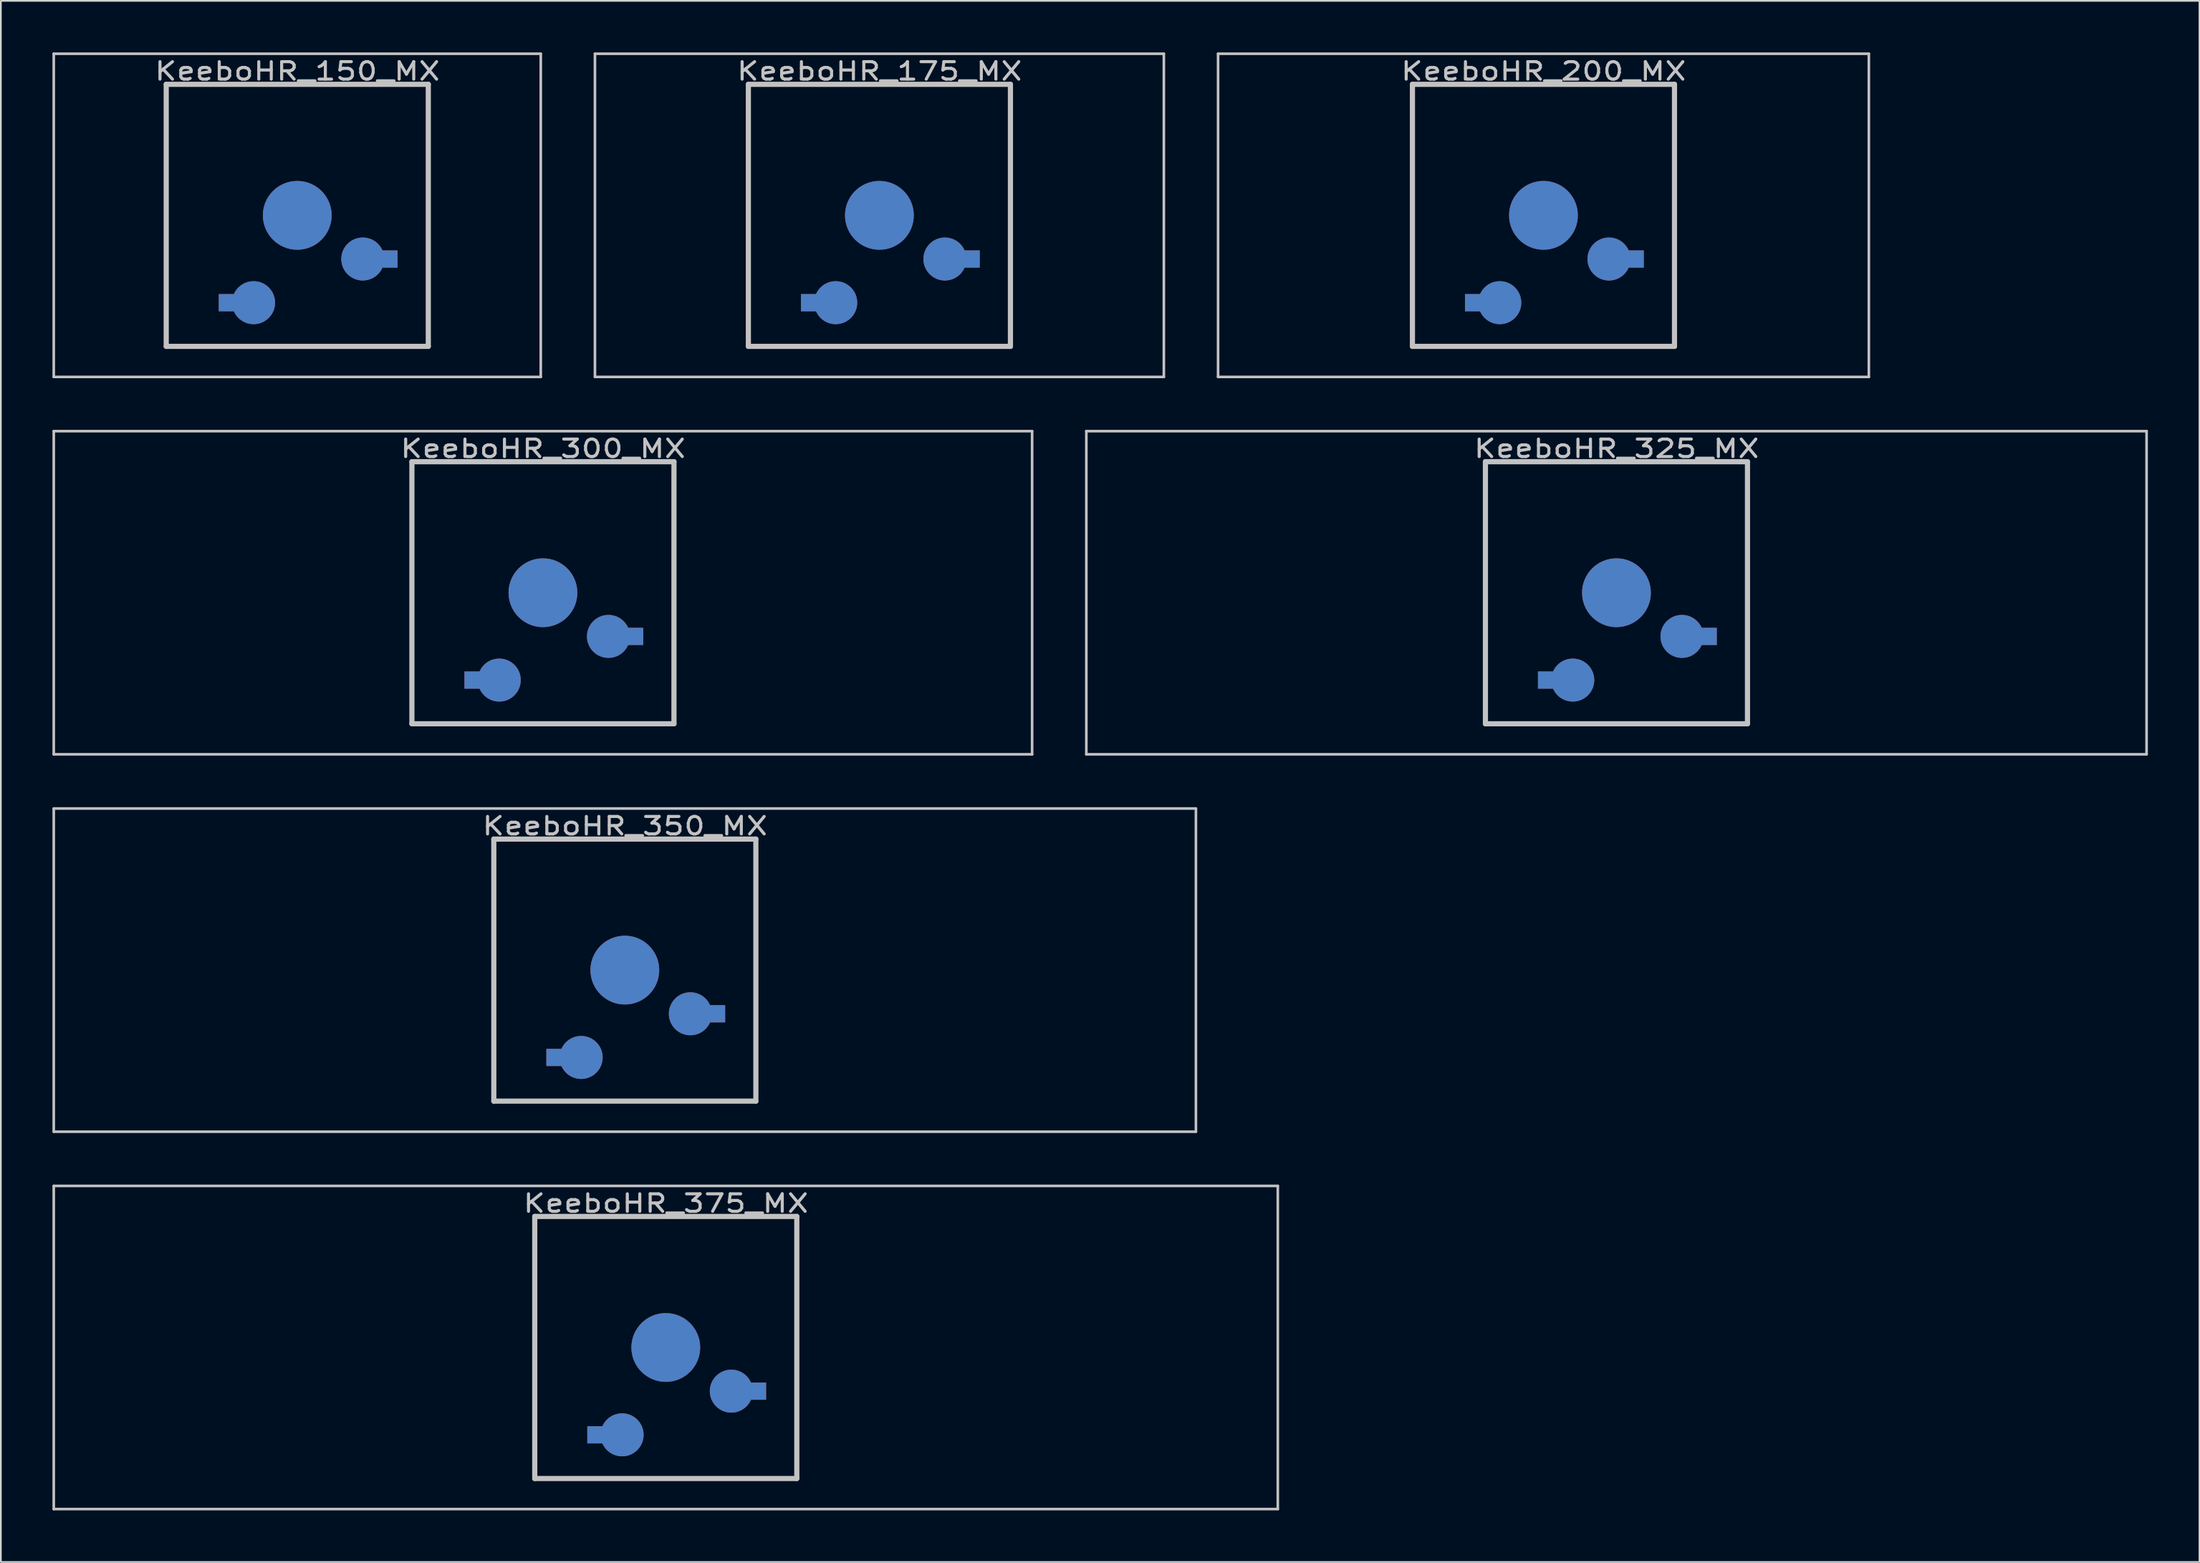
<source format=kicad_pcb>
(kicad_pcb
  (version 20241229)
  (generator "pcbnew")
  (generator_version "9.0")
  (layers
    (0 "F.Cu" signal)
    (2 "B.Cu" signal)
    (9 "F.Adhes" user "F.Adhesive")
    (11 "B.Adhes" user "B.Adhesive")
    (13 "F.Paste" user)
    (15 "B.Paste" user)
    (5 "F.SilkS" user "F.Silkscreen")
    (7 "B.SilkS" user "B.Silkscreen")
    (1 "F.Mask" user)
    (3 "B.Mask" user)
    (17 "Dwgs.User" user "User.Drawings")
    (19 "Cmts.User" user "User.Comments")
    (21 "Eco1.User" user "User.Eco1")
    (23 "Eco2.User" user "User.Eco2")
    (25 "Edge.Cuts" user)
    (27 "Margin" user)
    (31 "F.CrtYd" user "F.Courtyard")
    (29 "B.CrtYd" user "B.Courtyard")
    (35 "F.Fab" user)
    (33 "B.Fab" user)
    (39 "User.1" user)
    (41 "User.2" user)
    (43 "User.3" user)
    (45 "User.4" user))
  (footprint "KeeboHR_375_MX"
    (layer "F.Cu")
    (at 35.668 75.319)
    (property "Reference" "KeeboHR_375_MX" (at 0 -8.382 0) (layer "Dwgs.User") (effects (font (size 1.016 1.27) (thickness 0.178))))
    (attr through_hole)
    (fp_line (start -35.592 -9.398) (end 35.592 -9.398) (stroke (width 0.152) (type solid)) (layer "Dwgs.User"))
    (fp_line (start -35.592 9.398) (end -35.592 -9.398) (stroke (width 0.152) (type solid)) (layer "Dwgs.User"))
    (fp_line (start -7.62 -7.62) (end 7.62 -7.62) (stroke (width 0.3) (type solid)) (layer "Dwgs.User"))
    (fp_line (start -7.62 7.62) (end -7.62 -7.62) (stroke (width 0.3) (type solid)) (layer "Dwgs.User"))
    (fp_line (start 7.62 -7.62) (end 7.62 7.62) (stroke (width 0.3) (type solid)) (layer "Dwgs.User"))
    (fp_line (start 7.62 7.62) (end -7.62 7.62) (stroke (width 0.3) (type solid)) (layer "Dwgs.User"))
    (fp_line (start 35.592 -9.398) (end 35.592 9.398) (stroke (width 0.152) (type solid)) (layer "Dwgs.User"))
    (fp_line (start 35.592 9.398) (end -35.592 9.398) (stroke (width 0.152) (type solid)) (layer "Dwgs.User"))
    (pad "" smd circle (at 0 0) (size 4 4) (layers "*.Cu" "*.Mask"))
    (pad "1" smd circle (at 3.81 2.54) (size 2.5 2.5) (layers "*.Cu" "*.Mask"))
    (pad "1" smd rect (at 5.334 2.54) (size 1 1) (layers "*.Cu" "*.Mask"))
    (pad "2" smd rect (at -4.064 5.08) (size 1 1) (layers "*.Cu" "*.Mask"))
    (pad "2" smd circle (at -2.54 5.08) (size 2.5 2.5) (layers "*.Cu" "*.Mask")))
  (footprint "KeeboHR_150_MX"
    (layer "F.Cu")
    (at 14.237 9.474)
    (property "Reference" "KeeboHR_150_MX" (at 0 -8.382 0) (layer "Dwgs.User") (effects (font (size 1.016 1.27) (thickness 0.178))))
    (attr through_hole)
    (fp_line (start -14.161 -9.398) (end 14.161 -9.398) (stroke (width 0.152) (type solid)) (layer "Dwgs.User"))
    (fp_line (start -14.161 9.398) (end -14.161 -9.398) (stroke (width 0.152) (type solid)) (layer "Dwgs.User"))
    (fp_line (start -7.62 -7.62) (end 7.62 -7.62) (stroke (width 0.3) (type solid)) (layer "Dwgs.User"))
    (fp_line (start -7.62 7.62) (end -7.62 -7.62) (stroke (width 0.3) (type solid)) (layer "Dwgs.User"))
    (fp_line (start 7.62 -7.62) (end 7.62 7.62) (stroke (width 0.3) (type solid)) (layer "Dwgs.User"))
    (fp_line (start 7.62 7.62) (end -7.62 7.62) (stroke (width 0.3) (type solid)) (layer "Dwgs.User"))
    (fp_line (start 14.161 -9.398) (end 14.161 9.398) (stroke (width 0.152) (type solid)) (layer "Dwgs.User"))
    (fp_line (start 14.161 9.398) (end -14.161 9.398) (stroke (width 0.152) (type solid)) (layer "Dwgs.User"))
    (pad "" smd circle (at 0 0) (size 4 4) (layers "*.Cu" "*.Mask"))
    (pad "1" smd circle (at 3.81 2.54) (size 2.5 2.5) (layers "*.Cu" "*.Mask"))
    (pad "1" smd rect (at 5.334 2.54) (size 1 1) (layers "*.Cu" "*.Mask"))
    (pad "2" smd rect (at -4.064 5.08) (size 1 1) (layers "*.Cu" "*.Mask"))
    (pad "2" smd circle (at -2.54 5.08) (size 2.5 2.5) (layers "*.Cu" "*.Mask")))
  (footprint "KeeboHR_300_MX"
    (layer "F.Cu")
    (at 28.524 31.423)
    (property "Reference" "KeeboHR_300_MX" (at 0 -8.382 0) (layer "Dwgs.User") (effects (font (size 1.016 1.27) (thickness 0.178))))
    (attr through_hole)
    (fp_line (start -28.448 -9.398) (end 28.448 -9.398) (stroke (width 0.152) (type solid)) (layer "Dwgs.User"))
    (fp_line (start -28.448 9.398) (end -28.448 -9.398) (stroke (width 0.152) (type solid)) (layer "Dwgs.User"))
    (fp_line (start -7.62 -7.62) (end 7.62 -7.62) (stroke (width 0.3) (type solid)) (layer "Dwgs.User"))
    (fp_line (start -7.62 7.62) (end -7.62 -7.62) (stroke (width 0.3) (type solid)) (layer "Dwgs.User"))
    (fp_line (start 7.62 -7.62) (end 7.62 7.62) (stroke (width 0.3) (type solid)) (layer "Dwgs.User"))
    (fp_line (start 7.62 7.62) (end -7.62 7.62) (stroke (width 0.3) (type solid)) (layer "Dwgs.User"))
    (fp_line (start 28.448 -9.398) (end 28.448 9.398) (stroke (width 0.152) (type solid)) (layer "Dwgs.User"))
    (fp_line (start 28.448 9.398) (end -28.448 9.398) (stroke (width 0.152) (type solid)) (layer "Dwgs.User"))
    (pad "" smd circle (at 0 0) (size 4 4) (layers "*.Cu" "*.Mask"))
    (pad "1" smd circle (at 3.81 2.54) (size 2.5 2.5) (layers "*.Cu" "*.Mask"))
    (pad "1" smd rect (at 5.334 2.54) (size 1 1) (layers "*.Cu" "*.Mask"))
    (pad "2" smd rect (at -4.064 5.08) (size 1 1) (layers "*.Cu" "*.Mask"))
    (pad "2" smd circle (at -2.54 5.08) (size 2.5 2.5) (layers "*.Cu" "*.Mask")))
  (footprint "KeeboHR_175_MX"
    (layer "F.Cu")
    (at 48.091 9.474)
    (property "Reference" "KeeboHR_175_MX" (at 0 -8.382 0) (layer "Dwgs.User") (effects (font (size 1.016 1.27) (thickness 0.178))))
    (attr through_hole)
    (fp_line (start -16.542 -9.398) (end 16.542 -9.398) (stroke (width 0.152) (type solid)) (layer "Dwgs.User"))
    (fp_line (start -16.542 9.398) (end -16.542 -9.398) (stroke (width 0.152) (type solid)) (layer "Dwgs.User"))
    (fp_line (start -7.62 -7.62) (end 7.62 -7.62) (stroke (width 0.3) (type solid)) (layer "Dwgs.User"))
    (fp_line (start -7.62 7.62) (end -7.62 -7.62) (stroke (width 0.3) (type solid)) (layer "Dwgs.User"))
    (fp_line (start 7.62 -7.62) (end 7.62 7.62) (stroke (width 0.3) (type solid)) (layer "Dwgs.User"))
    (fp_line (start 7.62 7.62) (end -7.62 7.62) (stroke (width 0.3) (type solid)) (layer "Dwgs.User"))
    (fp_line (start 16.542 -9.398) (end 16.542 9.398) (stroke (width 0.152) (type solid)) (layer "Dwgs.User"))
    (fp_line (start 16.542 9.398) (end -16.542 9.398) (stroke (width 0.152) (type solid)) (layer "Dwgs.User"))
    (pad "" smd circle (at 0 0) (size 4 4) (layers "*.Cu" "*.Mask"))
    (pad "1" smd circle (at 3.81 2.54) (size 2.5 2.5) (layers "*.Cu" "*.Mask"))
    (pad "1" smd rect (at 5.334 2.54) (size 1 1) (layers "*.Cu" "*.Mask"))
    (pad "2" smd rect (at -4.064 5.08) (size 1 1) (layers "*.Cu" "*.Mask"))
    (pad "2" smd circle (at -2.54 5.08) (size 2.5 2.5) (layers "*.Cu" "*.Mask")))
  (footprint "KeeboHR_325_MX"
    (layer "F.Cu")
    (at 90.954 31.423)
    (property "Reference" "KeeboHR_325_MX" (at 0 -8.382 0) (layer "Dwgs.User") (effects (font (size 1.016 1.27) (thickness 0.178))))
    (attr through_hole)
    (fp_line (start -30.829 -9.398) (end 30.829 -9.398) (stroke (width 0.152) (type solid)) (layer "Dwgs.User"))
    (fp_line (start -30.829 9.398) (end -30.829 -9.398) (stroke (width 0.152) (type solid)) (layer "Dwgs.User"))
    (fp_line (start -7.62 -7.62) (end 7.62 -7.62) (stroke (width 0.3) (type solid)) (layer "Dwgs.User"))
    (fp_line (start -7.62 7.62) (end -7.62 -7.62) (stroke (width 0.3) (type solid)) (layer "Dwgs.User"))
    (fp_line (start 7.62 -7.62) (end 7.62 7.62) (stroke (width 0.3) (type solid)) (layer "Dwgs.User"))
    (fp_line (start 7.62 7.62) (end -7.62 7.62) (stroke (width 0.3) (type solid)) (layer "Dwgs.User"))
    (fp_line (start 30.829 -9.398) (end 30.829 9.398) (stroke (width 0.152) (type solid)) (layer "Dwgs.User"))
    (fp_line (start 30.829 9.398) (end -30.829 9.398) (stroke (width 0.152) (type solid)) (layer "Dwgs.User"))
    (pad "" smd circle (at 0 0) (size 4 4) (layers "*.Cu" "*.Mask"))
    (pad "1" smd circle (at 3.81 2.54) (size 2.5 2.5) (layers "*.Cu" "*.Mask"))
    (pad "1" smd rect (at 5.334 2.54) (size 1 1) (layers "*.Cu" "*.Mask"))
    (pad "2" smd rect (at -4.064 5.08) (size 1 1) (layers "*.Cu" "*.Mask"))
    (pad "2" smd circle (at -2.54 5.08) (size 2.5 2.5) (layers "*.Cu" "*.Mask")))
  (footprint "KeeboHR_350_MX"
    (layer "F.Cu")
    (at 33.287 53.371)
    (property "Reference" "KeeboHR_350_MX" (at 0 -8.382 0) (layer "Dwgs.User") (effects (font (size 1.016 1.27) (thickness 0.178))))
    (attr through_hole)
    (fp_line (start -33.211 -9.398) (end 33.211 -9.398) (stroke (width 0.152) (type solid)) (layer "Dwgs.User"))
    (fp_line (start -33.211 9.398) (end -33.211 -9.398) (stroke (width 0.152) (type solid)) (layer "Dwgs.User"))
    (fp_line (start -7.62 -7.62) (end 7.62 -7.62) (stroke (width 0.3) (type solid)) (layer "Dwgs.User"))
    (fp_line (start -7.62 7.62) (end -7.62 -7.62) (stroke (width 0.3) (type solid)) (layer "Dwgs.User"))
    (fp_line (start 7.62 -7.62) (end 7.62 7.62) (stroke (width 0.3) (type solid)) (layer "Dwgs.User"))
    (fp_line (start 7.62 7.62) (end -7.62 7.62) (stroke (width 0.3) (type solid)) (layer "Dwgs.User"))
    (fp_line (start 33.211 -9.398) (end 33.211 9.398) (stroke (width 0.152) (type solid)) (layer "Dwgs.User"))
    (fp_line (start 33.211 9.398) (end -33.211 9.398) (stroke (width 0.152) (type solid)) (layer "Dwgs.User"))
    (pad "" smd circle (at 0 0) (size 4 4) (layers "*.Cu" "*.Mask"))
    (pad "1" smd circle (at 3.81 2.54) (size 2.5 2.5) (layers "*.Cu" "*.Mask"))
    (pad "1" smd rect (at 5.334 2.54) (size 1 1) (layers "*.Cu" "*.Mask"))
    (pad "2" smd rect (at -4.064 5.08) (size 1 1) (layers "*.Cu" "*.Mask"))
    (pad "2" smd circle (at -2.54 5.08) (size 2.5 2.5) (layers "*.Cu" "*.Mask")))
  (footprint "KeeboHR_200_MX"
    (layer "F.Cu")
    (at 86.709 9.474)
    (property "Reference" "KeeboHR_200_MX" (at 0 -8.382 0) (layer "Dwgs.User") (effects (font (size 1.016 1.27) (thickness 0.178))))
    (attr through_hole)
    (fp_line (start -18.923 -9.398) (end 18.923 -9.398) (stroke (width 0.152) (type solid)) (layer "Dwgs.User"))
    (fp_line (start -18.923 9.398) (end -18.923 -9.398) (stroke (width 0.152) (type solid)) (layer "Dwgs.User"))
    (fp_line (start -7.62 -7.62) (end 7.62 -7.62) (stroke (width 0.3) (type solid)) (layer "Dwgs.User"))
    (fp_line (start -7.62 7.62) (end -7.62 -7.62) (stroke (width 0.3) (type solid)) (layer "Dwgs.User"))
    (fp_line (start 7.62 -7.62) (end 7.62 7.62) (stroke (width 0.3) (type solid)) (layer "Dwgs.User"))
    (fp_line (start 7.62 7.62) (end -7.62 7.62) (stroke (width 0.3) (type solid)) (layer "Dwgs.User"))
    (fp_line (start 18.923 -9.398) (end 18.923 9.398) (stroke (width 0.152) (type solid)) (layer "Dwgs.User"))
    (fp_line (start 18.923 9.398) (end -18.923 9.398) (stroke (width 0.152) (type solid)) (layer "Dwgs.User"))
    (pad "" smd circle (at 0 0) (size 4 4) (layers "*.Cu" "*.Mask"))
    (pad "1" smd circle (at 3.81 2.54) (size 2.5 2.5) (layers "*.Cu" "*.Mask"))
    (pad "1" smd rect (at 5.334 2.54) (size 1 1) (layers "*.Cu" "*.Mask"))
    (pad "2" smd rect (at -4.064 5.08) (size 1 1) (layers "*.Cu" "*.Mask"))
    (pad "2" smd circle (at -2.54 5.08) (size 2.5 2.5) (layers "*.Cu" "*.Mask")))
  (gr_rect
    (start -3 -3)
    (end 124.859 87.794)
    (stroke (width 0.1) (type default))
    (fill no)
    (layer "Edge.Cuts")))
</source>
